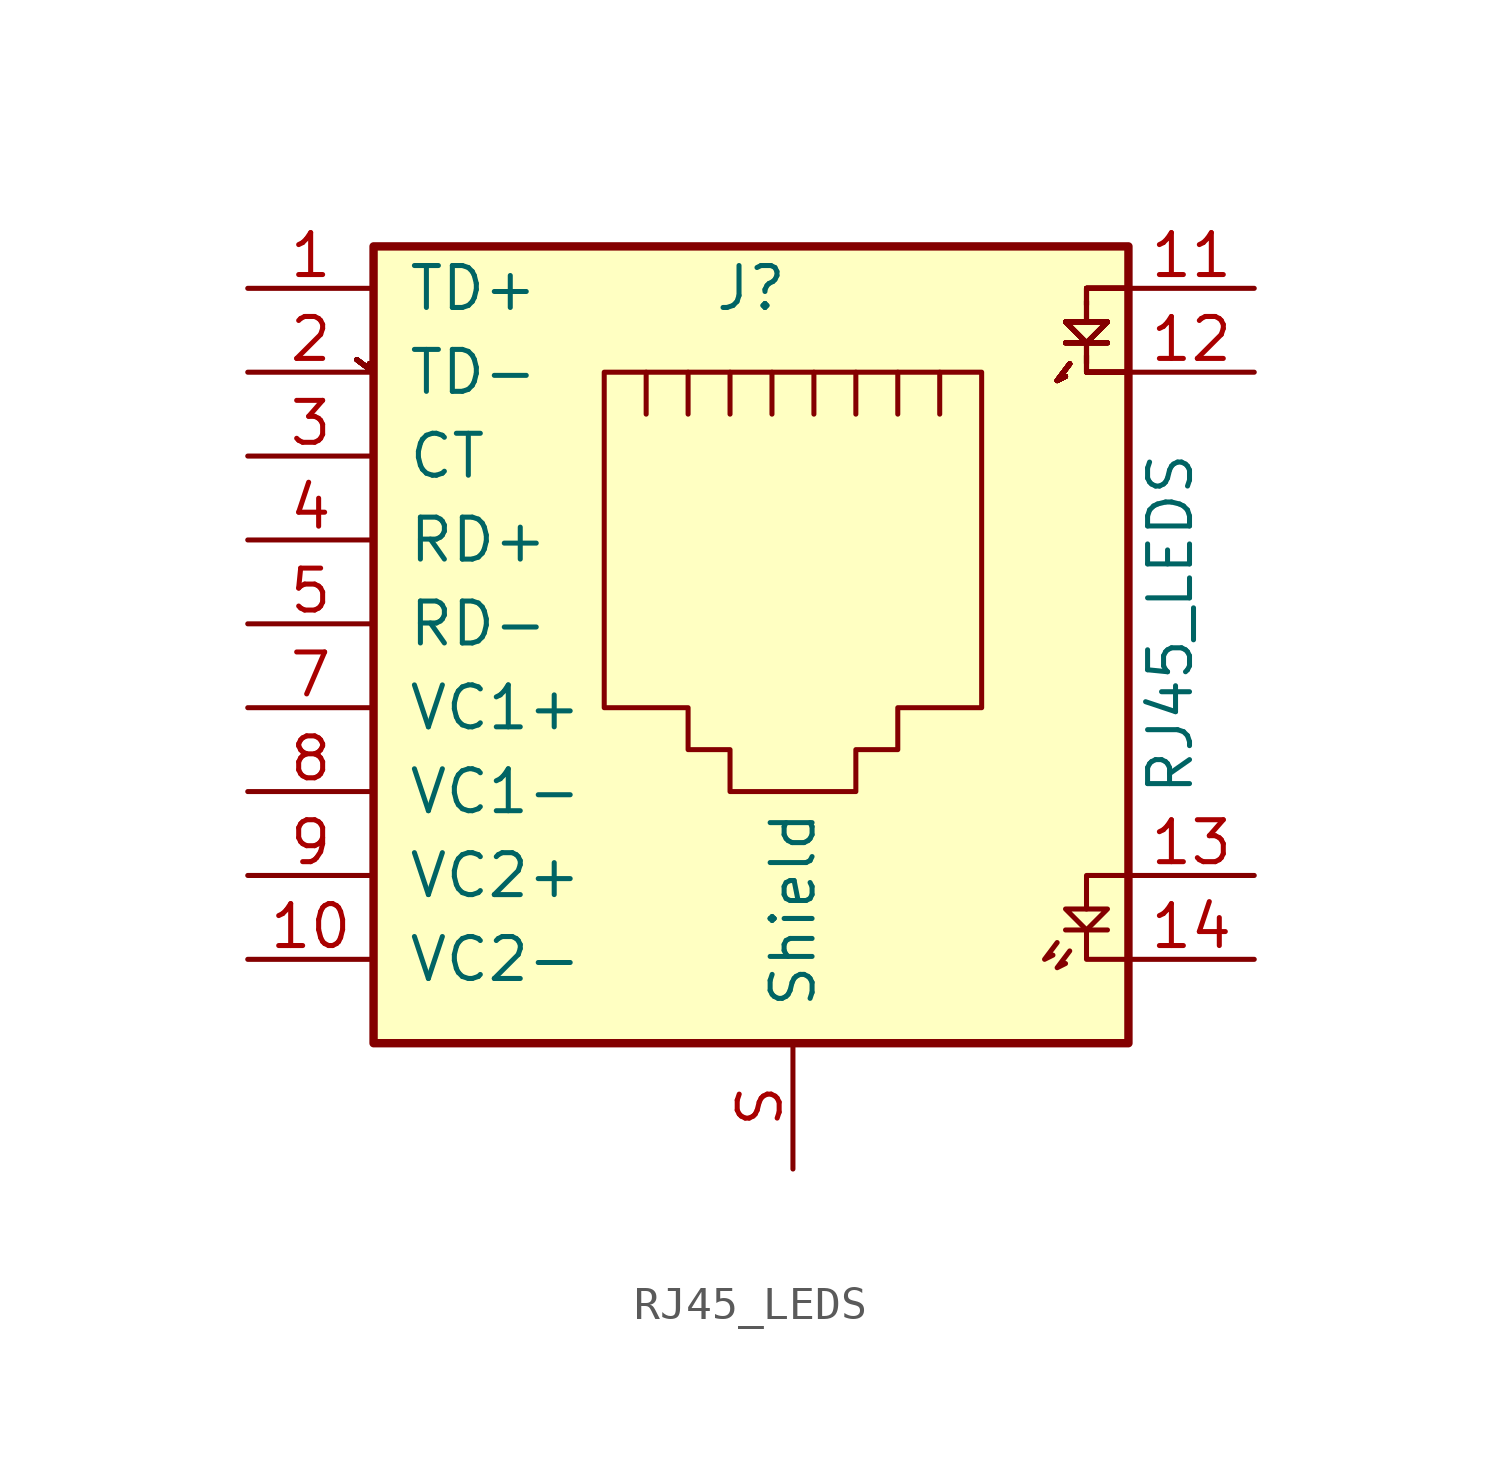
<source format=kicad_sym>
(kicad_symbol_lib
  (version 20211014)
  (generator kicad_symbol_editor)
  (symbol "RJ45_LEDS"
    (pin_names
      (offset 1.016))
    (property "Reference" "J"
      (at -1.27 8.89 0)
      (effects (font (size 1.27 1.27))))
    (property "Value" "RJ45_LEDS"
      (at 11.43 -1.27 90)
      (effects (font (size 1.27 1.27))))
    (symbol "RJ45_LEDS_0_1"
      (rectangle (start -12.7 10.16) (end 10.16 -13.97) (stroke (width 0.254) (type default) (color 0 0 0 0)) (fill (type background)))
      (polyline (pts (xy 9.525 -10.541) (xy 8.255 -10.541)) (stroke (width 0) (type default) (color 0 0 0 0)) (fill (type none)))
      (polyline (pts (xy -13.208 6.731) (xy -12.7 6.35) (xy -12.827 6.604)) (stroke (width 0) (type default) (color 0 0 0 0)) (fill (type none)))
      (polyline (pts (xy -13.208 6.731) (xy -12.7 6.35) (xy -12.827 6.604)) (stroke (width 0) (type default) (color 0 0 0 0)) (fill (type none)))
      (polyline (pts (xy -13.208 6.731) (xy -12.7 6.35) (xy -12.827 6.604)) (stroke (width 0) (type default) (color 0 0 0 0)) (fill (type none)))
      (polyline (pts (xy -13.208 6.731) (xy -12.7 6.35) (xy -12.827 6.604)) (stroke (width 0) (type default) (color 0 0 0 0)) (fill (type none)))
      (polyline (pts (xy -13.208 6.731) (xy -12.7 6.35) (xy -12.827 6.604)) (stroke (width 0) (type default) (color 0 0 0 0)) (fill (type none)))
      (polyline (pts (xy -13.208 6.731) (xy -12.7 6.35) (xy -12.827 6.604)) (stroke (width 0) (type default) (color 0 0 0 0)) (fill (type none)))
      (polyline (pts (xy -13.208 6.731) (xy -12.7 6.35) (xy -12.827 6.604)) (stroke (width 0) (type default) (color 0 0 0 0)) (fill (type none)))
      (polyline (pts (xy -13.208 6.731) (xy -12.7 6.35) (xy -12.827 6.604)) (stroke (width 0) (type default) (color 0 0 0 0)) (fill (type none)))
      (polyline (pts (xy -13.208 6.731) (xy -12.7 6.35) (xy -12.827 6.604)) (stroke (width 0) (type default) (color 0 0 0 0)) (fill (type none)))
      (polyline (pts (xy -13.208 6.731) (xy -12.7 6.35) (xy -12.827 6.604)) (stroke (width 0) (type default) (color 0 0 0 0)) (fill (type none)))
      (polyline (pts (xy -13.208 6.731) (xy -12.7 6.35) (xy -12.827 6.604)) (stroke (width 0) (type default) (color 0 0 0 0)) (fill (type none)))
      (polyline (pts (xy -13.208 6.731) (xy -12.7 6.35) (xy -12.827 6.604)) (stroke (width 0) (type default) (color 0 0 0 0)) (fill (type none)))
      (polyline (pts (xy -13.208 6.731) (xy -12.7 6.35) (xy -12.827 6.604)) (stroke (width 0) (type default) (color 0 0 0 0)) (fill (type none)))
      (polyline (pts (xy -13.208 6.731) (xy -12.7 6.35) (xy -12.827 6.604)) (stroke (width 0) (type default) (color 0 0 0 0)) (fill (type none)))
      (polyline (pts (xy -13.208 6.731) (xy -12.7 6.35) (xy -12.827 6.604)) (stroke (width 0) (type default) (color 0 0 0 0)) (fill (type none)))
      (polyline (pts (xy -13.208 6.731) (xy -12.7 6.35) (xy -12.827 6.604)) (stroke (width 0) (type default) (color 0 0 0 0)) (fill (type none)))
      (polyline (pts (xy -4.445 5.08) (xy -4.445 6.35) (xy -4.445 6.35)) (stroke (width 0) (type default) (color 0 0 0 0)) (fill (type none)))
      (polyline (pts (xy -3.175 6.35) (xy -3.175 5.08) (xy -3.175 5.08)) (stroke (width 0) (type default) (color 0 0 0 0)) (fill (type none)))
      (polyline (pts (xy -1.905 6.35) (xy -1.905 5.08) (xy -1.905 5.08)) (stroke (width 0) (type default) (color 0 0 0 0)) (fill (type none)))
      (polyline (pts (xy -0.635 6.35) (xy -0.635 5.08) (xy -0.635 5.08)) (stroke (width 0) (type default) (color 0 0 0 0)) (fill (type none)))
      (polyline (pts (xy 0.635 6.35) (xy 0.635 5.08) (xy 0.635 5.08)) (stroke (width 0) (type default) (color 0 0 0 0)) (fill (type none)))
      (polyline (pts (xy 1.905 6.35) (xy 1.905 5.08) (xy 1.905 5.08)) (stroke (width 0) (type default) (color 0 0 0 0)) (fill (type none)))
      (polyline (pts (xy 3.175 5.08) (xy 3.175 6.35) (xy 3.175 6.35)) (stroke (width 0) (type default) (color 0 0 0 0)) (fill (type none)))
      (polyline (pts (xy 4.445 5.08) (xy 4.445 6.35) (xy 4.445 6.35)) (stroke (width 0) (type default) (color 0 0 0 0)) (fill (type none)))
      (polyline (pts (xy 8.001 -10.922) (xy 7.62 -11.43) (xy 7.874 -11.303)) (stroke (width 0) (type default) (color 0 0 0 0)) (fill (type none)))
      (polyline (pts (xy 8.382 -11.176) (xy 8.001 -11.684) (xy 8.255 -11.557)) (stroke (width 0) (type default) (color 0 0 0 0)) (fill (type none)))
      (polyline (pts (xy 8.382 6.604) (xy 8.001 6.096) (xy 8.255 6.223)) (stroke (width 0) (type default) (color 0 0 0 0)) (fill (type none)))
      (polyline (pts (xy 8.382 6.604) (xy 8.001 6.096) (xy 8.255 6.223)) (stroke (width 0) (type default) (color 0 0 0 0)) (fill (type none)))
      (polyline (pts (xy 8.382 6.604) (xy 8.001 6.096) (xy 8.255 6.223)) (stroke (width 0) (type default) (color 0 0 0 0)) (fill (type none)))
      (polyline (pts (xy 8.382 6.604) (xy 8.001 6.096) (xy 8.255 6.223)) (stroke (width 0) (type default) (color 0 0 0 0)) (fill (type none)))
      (polyline (pts (xy 8.382 6.604) (xy 8.001 6.096) (xy 8.255 6.223)) (stroke (width 0) (type default) (color 0 0 0 0)) (fill (type none)))
      (polyline (pts (xy 8.382 6.604) (xy 8.001 6.096) (xy 8.255 6.223)) (stroke (width 0) (type default) (color 0 0 0 0)) (fill (type none)))
      (polyline (pts (xy 8.382 6.604) (xy 8.001 6.096) (xy 8.255 6.223)) (stroke (width 0) (type default) (color 0 0 0 0)) (fill (type none)))
      (polyline (pts (xy 8.382 6.604) (xy 8.001 6.096) (xy 8.255 6.223)) (stroke (width 0) (type default) (color 0 0 0 0)) (fill (type none)))
      (polyline (pts (xy 8.382 6.604) (xy 8.001 6.096) (xy 8.255 6.223)) (stroke (width 0) (type default) (color 0 0 0 0)) (fill (type none)))
      (polyline (pts (xy 8.382 6.604) (xy 8.001 6.096) (xy 8.255 6.223)) (stroke (width 0) (type default) (color 0 0 0 0)) (fill (type none)))
      (polyline (pts (xy 8.382 6.604) (xy 8.001 6.096) (xy 8.255 6.223)) (stroke (width 0) (type default) (color 0 0 0 0)) (fill (type none)))
      (polyline (pts (xy 8.382 6.604) (xy 8.001 6.096) (xy 8.255 6.223)) (stroke (width 0) (type default) (color 0 0 0 0)) (fill (type none)))
      (polyline (pts (xy 8.382 6.604) (xy 8.001 6.096) (xy 8.255 6.223)) (stroke (width 0) (type default) (color 0 0 0 0)) (fill (type none)))
      (polyline (pts (xy 8.382 6.604) (xy 8.001 6.096) (xy 8.255 6.223)) (stroke (width 0) (type default) (color 0 0 0 0)) (fill (type none)))
      (polyline (pts (xy 8.382 6.604) (xy 8.001 6.096) (xy 8.255 6.223)) (stroke (width 0) (type default) (color 0 0 0 0)) (fill (type none)))
      (polyline (pts (xy 8.89 -10.541) (xy 8.89 -11.43) (xy 10.16 -11.43)) (stroke (width 0) (type default) (color 0 0 0 0)) (fill (type none)))
      (polyline (pts (xy 10.16 -8.89) (xy 8.89 -8.89) (xy 8.89 -9.906)) (stroke (width 0) (type default) (color 0 0 0 0)) (fill (type none)))
      (polyline (pts (xy 10.16 6.35) (xy 8.89 6.35) (xy 8.89 6.858)) (stroke (width 0) (type default) (color 0 0 0 0)) (fill (type none)))
      (polyline (pts (xy 10.16 6.35) (xy 8.89 6.35) (xy 8.89 6.858)) (stroke (width 0) (type default) (color 0 0 0 0)) (fill (type none)))
      (polyline (pts (xy 10.16 6.35) (xy 8.89 6.35) (xy 8.89 6.858)) (stroke (width 0) (type default) (color 0 0 0 0)) (fill (type none)))
      (polyline (pts (xy 10.16 6.35) (xy 8.89 6.35) (xy 8.89 6.858)) (stroke (width 0) (type default) (color 0 0 0 0)) (fill (type none)))
      (polyline (pts (xy 10.16 6.35) (xy 8.89 6.35) (xy 8.89 6.858)) (stroke (width 0) (type default) (color 0 0 0 0)) (fill (type none)))
      (polyline (pts (xy 10.16 6.35) (xy 8.89 6.35) (xy 8.89 6.858)) (stroke (width 0) (type default) (color 0 0 0 0)) (fill (type none)))
      (polyline (pts (xy 10.16 6.35) (xy 8.89 6.35) (xy 8.89 6.858)) (stroke (width 0) (type default) (color 0 0 0 0)) (fill (type none)))
      (polyline (pts (xy 10.16 8.89) (xy 8.89 8.89) (xy 8.89 8.382)) (stroke (width 0) (type default) (color 0 0 0 0)) (fill (type none)))
      (polyline (pts (xy 10.16 8.89) (xy 8.89 8.89) (xy 8.89 8.382)) (stroke (width 0) (type default) (color 0 0 0 0)) (fill (type none)))
      (polyline (pts (xy 10.16 8.89) (xy 8.89 8.89) (xy 8.89 8.382)) (stroke (width 0) (type default) (color 0 0 0 0)) (fill (type none)))
      (polyline (pts (xy 10.16 8.89) (xy 8.89 8.89) (xy 8.89 8.382)) (stroke (width 0) (type default) (color 0 0 0 0)) (fill (type none)))
      (polyline (pts (xy 10.16 8.89) (xy 8.89 8.89) (xy 8.89 8.382)) (stroke (width 0) (type default) (color 0 0 0 0)) (fill (type none)))
      (polyline (pts (xy 10.16 8.89) (xy 8.89 8.89) (xy 8.89 8.382)) (stroke (width 0) (type default) (color 0 0 0 0)) (fill (type none)))
      (polyline (pts (xy 10.16 8.89) (xy 8.89 8.89) (xy 8.89 8.382)) (stroke (width 0) (type default) (color 0 0 0 0)) (fill (type none)))
      (polyline (pts (xy 10.16 8.89) (xy 8.89 8.89) (xy 8.89 8.382)) (stroke (width 0) (type default) (color 0 0 0 0)) (fill (type none)))
      (polyline (pts (xy 9.525 7.239) (xy 8.255 7.239) (xy 8.89 7.239) (xy 8.89 6.604)) (stroke (width 0) (type default) (color 0 0 0 0)) (fill (type none)))
      (polyline (pts (xy 9.525 7.239) (xy 8.255 7.239) (xy 8.89 7.239) (xy 8.89 6.604)) (stroke (width 0) (type default) (color 0 0 0 0)) (fill (type none)))
      (polyline (pts (xy 9.525 7.239) (xy 8.255 7.239) (xy 8.89 7.239) (xy 8.89 6.604)) (stroke (width 0) (type default) (color 0 0 0 0)) (fill (type none)))
      (polyline (pts (xy 9.525 7.239) (xy 8.255 7.239) (xy 8.89 7.239) (xy 8.89 6.604)) (stroke (width 0) (type default) (color 0 0 0 0)) (fill (type none)))
      (polyline (pts (xy 9.525 7.239) (xy 8.255 7.239) (xy 8.89 7.239) (xy 8.89 6.604)) (stroke (width 0) (type default) (color 0 0 0 0)) (fill (type none)))
      (polyline (pts (xy 9.525 7.239) (xy 8.255 7.239) (xy 8.89 7.239) (xy 8.89 6.604)) (stroke (width 0) (type default) (color 0 0 0 0)) (fill (type none)))
      (polyline (pts (xy 9.525 7.239) (xy 8.255 7.239) (xy 8.89 7.239) (xy 8.89 6.604)) (stroke (width 0) (type default) (color 0 0 0 0)) (fill (type none)))
      (polyline (pts (xy 9.525 7.239) (xy 8.255 7.239) (xy 8.89 7.239) (xy 8.89 6.604)) (stroke (width 0) (type default) (color 0 0 0 0)) (fill (type none)))
      (polyline (pts (xy 8.89 -9.906) (xy 9.525 -9.906) (xy 8.89 -10.541) (xy 8.255 -9.906) (xy 8.89 -9.906)) (stroke (width 0) (type default) (color 0 0 0 0)) (fill (type none)))
      (polyline (pts (xy 8.89 8.509) (xy 8.89 7.874) (xy 9.525 7.874) (xy 8.89 7.239) (xy 8.255 7.874) (xy 8.89 7.874)) (stroke (width 0) (type default) (color 0 0 0 0)) (fill (type none)))
      (polyline (pts (xy 8.89 8.509) (xy 8.89 7.874) (xy 9.525 7.874) (xy 8.89 7.239) (xy 8.255 7.874) (xy 8.89 7.874)) (stroke (width 0) (type default) (color 0 0 0 0)) (fill (type none)))
      (polyline (pts (xy 8.89 8.509) (xy 8.89 7.874) (xy 9.525 7.874) (xy 8.89 7.239) (xy 8.255 7.874) (xy 8.89 7.874)) (stroke (width 0) (type default) (color 0 0 0 0)) (fill (type none)))
      (polyline (pts (xy 8.89 8.509) (xy 8.89 7.874) (xy 9.525 7.874) (xy 8.89 7.239) (xy 8.255 7.874) (xy 8.89 7.874)) (stroke (width 0) (type default) (color 0 0 0 0)) (fill (type none)))
      (polyline (pts (xy 8.89 8.509) (xy 8.89 7.874) (xy 9.525 7.874) (xy 8.89 7.239) (xy 8.255 7.874) (xy 8.89 7.874)) (stroke (width 0) (type default) (color 0 0 0 0)) (fill (type none)))
      (polyline (pts (xy 8.89 8.509) (xy 8.89 7.874) (xy 9.525 7.874) (xy 8.89 7.239) (xy 8.255 7.874) (xy 8.89 7.874)) (stroke (width 0) (type default) (color 0 0 0 0)) (fill (type none)))
      (polyline (pts (xy 8.89 8.509) (xy 8.89 7.874) (xy 9.525 7.874) (xy 8.89 7.239) (xy 8.255 7.874) (xy 8.89 7.874)) (stroke (width 0) (type default) (color 0 0 0 0)) (fill (type none)))
      (polyline (pts (xy 8.89 8.509) (xy 8.89 7.874) (xy 9.525 7.874) (xy 8.89 7.239) (xy 8.255 7.874) (xy 8.89 7.874)) (stroke (width 0) (type default) (color 0 0 0 0)) (fill (type none)))
      (polyline (pts (xy -5.715 6.35) (xy 5.715 6.35) (xy 5.715 -3.81) (xy 3.175 -3.81) (xy 3.175 -5.08) (xy 1.905 -5.08) (xy 1.905 -6.35) (xy -1.905 -6.35) (xy -1.905 -5.08) (xy -3.175 -5.08) (xy -3.175 -3.81) (xy -5.715 -3.81) (xy -5.715 6.35) (xy -5.715 6.35)) (stroke (width 0) (type default) (color 0 0 0 0)) (fill (type none))))
    (symbol "RJ45_LEDS_1_1"
      (pin passive line (at -16.51 8.89 0) (length 3.81) (name "TD+" (effects (font (size 1.27 1.27)))) (number "1" (effects (font (size 1.27 1.27)))))
      (pin passive line (at -16.51 -11.43 0) (length 3.81) (name "VC2-" (effects (font (size 1.27 1.27)))) (number "10" (effects (font (size 1.27 1.27)))))
      (pin passive line (at 13.97 8.89 180) (length 3.81) (name "~" (effects (font (size 1.27 1.27)))) (number "11" (effects (font (size 1.27 1.27)))))
      (pin passive line (at 13.97 6.35 180) (length 3.81) (name "~" (effects (font (size 1.27 1.27)))) (number "12" (effects (font (size 1.27 1.27)))))
      (pin passive line (at 13.97 -8.89 180) (length 3.81) (name "~" (effects (font (size 1.27 1.27)))) (number "13" (effects (font (size 1.27 1.27)))))
      (pin passive line (at 13.97 -11.43 180) (length 3.81) (name "~" (effects (font (size 1.27 1.27)))) (number "14" (effects (font (size 1.27 1.27)))))
      (pin passive line (at -16.51 6.35 0) (length 3.81) (name "TD-" (effects (font (size 1.27 1.27)))) (number "2" (effects (font (size 1.27 1.27)))))
      (pin passive line (at -16.51 3.81 0) (length 3.81) (name "CT" (effects (font (size 1.27 1.27)))) (number "3" (effects (font (size 1.27 1.27)))))
      (pin passive line (at -16.51 1.27 0) (length 3.81) (name "RD+" (effects (font (size 1.27 1.27)))) (number "4" (effects (font (size 1.27 1.27)))))
      (pin passive line (at -16.51 -1.27 0) (length 3.81) (name "RD-" (effects (font (size 1.27 1.27)))) (number "5" (effects (font (size 1.27 1.27)))))
      (pin passive line (at -16.51 -3.81 0) (length 3.81) (name "VC1+" (effects (font (size 1.27 1.27)))) (number "7" (effects (font (size 1.27 1.27)))))
      (pin passive line (at -16.51 -6.35 0) (length 3.81) (name "VC1-" (effects (font (size 1.27 1.27)))) (number "8" (effects (font (size 1.27 1.27)))))
      (pin passive line (at -16.51 -8.89 0) (length 3.81) (name "VC2+" (effects (font (size 1.27 1.27)))) (number "9" (effects (font (size 1.27 1.27)))))
      (pin passive line (at 0 -17.78 90) (length 3.81) (name "Shield" (effects (font (size 1.27 1.27)))) (number "S" (effects (font (size 1.27 1.27))))))))
</source>
